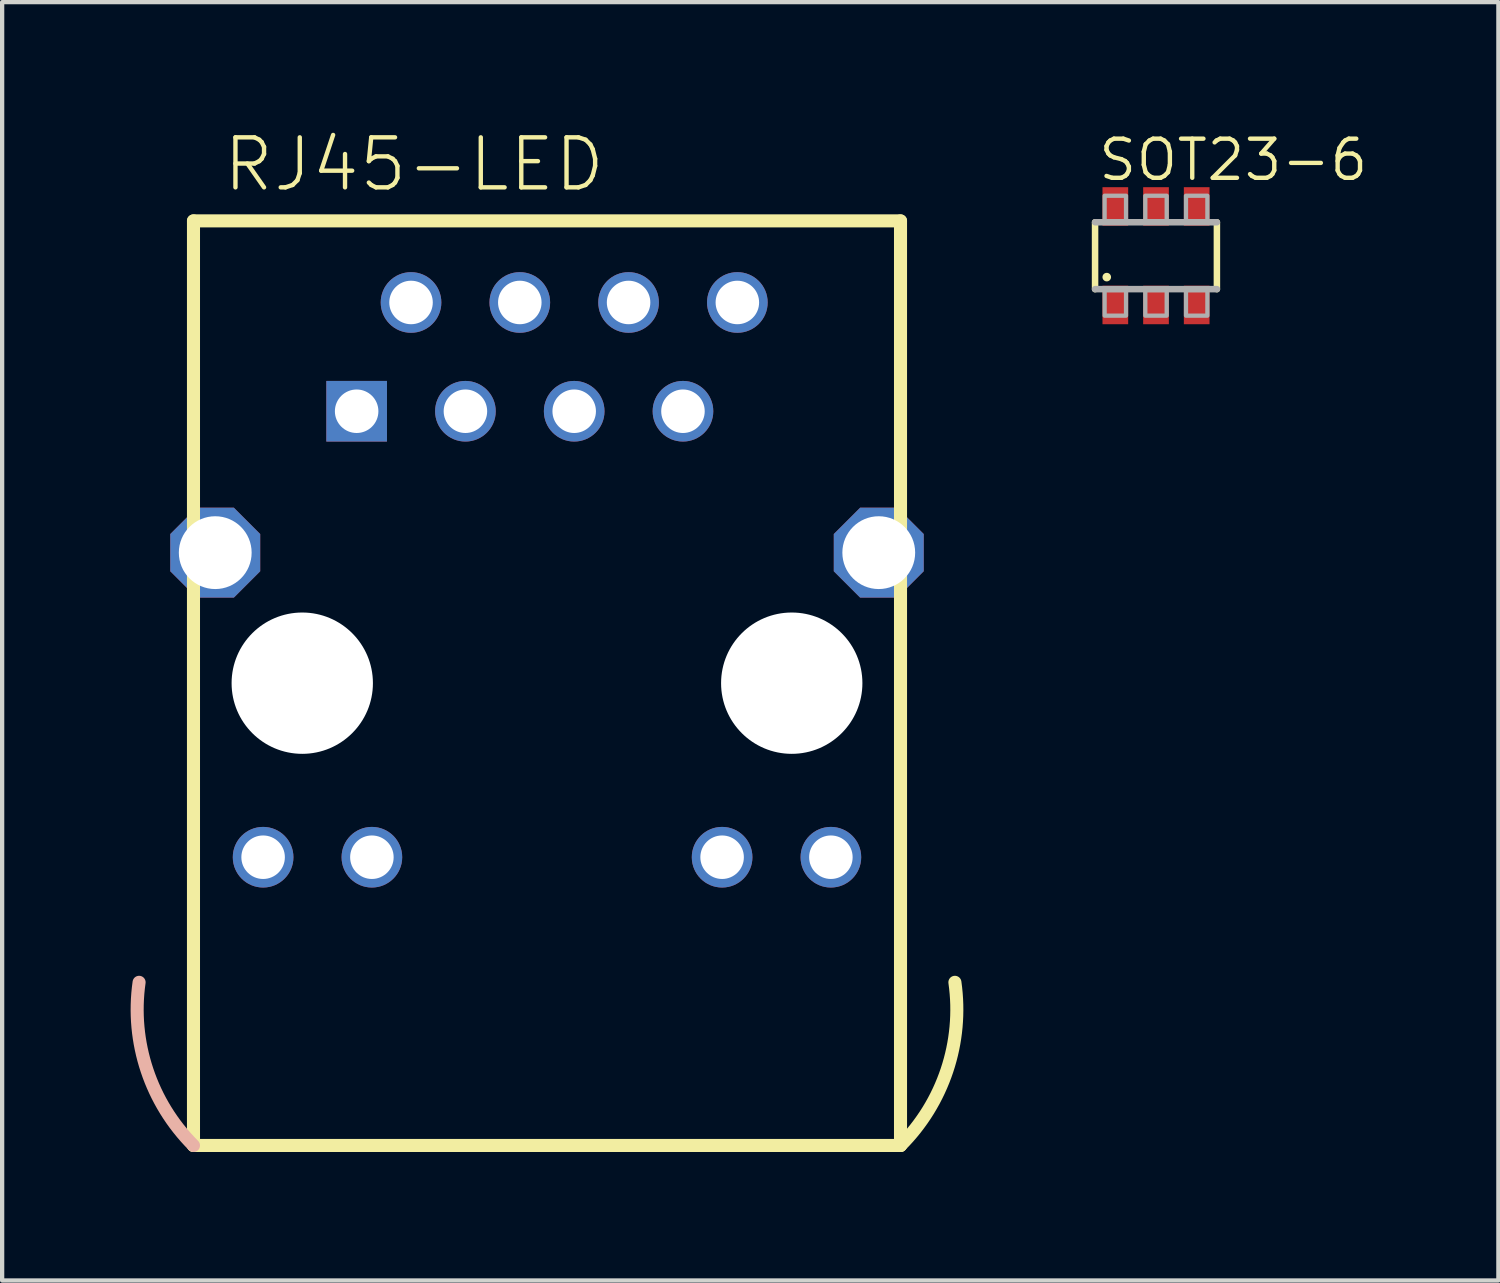
<source format=kicad_pcb>
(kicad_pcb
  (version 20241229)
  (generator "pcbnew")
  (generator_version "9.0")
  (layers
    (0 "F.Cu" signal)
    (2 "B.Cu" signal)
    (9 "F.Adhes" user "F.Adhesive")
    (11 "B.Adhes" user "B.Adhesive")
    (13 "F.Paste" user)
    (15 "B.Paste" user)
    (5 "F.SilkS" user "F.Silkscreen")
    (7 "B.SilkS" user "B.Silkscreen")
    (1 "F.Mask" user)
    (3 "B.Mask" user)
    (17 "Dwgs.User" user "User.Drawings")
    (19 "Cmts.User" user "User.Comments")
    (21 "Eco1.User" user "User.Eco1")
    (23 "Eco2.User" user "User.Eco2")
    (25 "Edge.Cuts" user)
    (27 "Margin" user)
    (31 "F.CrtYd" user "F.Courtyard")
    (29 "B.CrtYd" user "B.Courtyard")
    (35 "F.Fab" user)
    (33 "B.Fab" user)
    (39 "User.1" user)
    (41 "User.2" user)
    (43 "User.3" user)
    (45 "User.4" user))
  (footprint "RJ45-LED"
    (layer "F.Cu")
    (at 9.723 12.903)
    (property "Reference" "RJ45-LED" (at -7.62 -11.43 0) (unlocked yes) (layer "F.SilkS") (effects (font (size 1.168 1.168) (thickness 0.102)) (justify left bottom)))
    (fp_line (start -8.255 -10.795) (end 8.255 -10.795) (stroke (width 0.305) (type solid)) (layer "F.SilkS"))
    (fp_line (start -8.255 10.795) (end -8.255 -10.795) (stroke (width 0.305) (type solid)) (layer "F.SilkS"))
    (fp_line (start 8.255 -10.795) (end 8.255 10.795) (stroke (width 0.305) (type solid)) (layer "F.SilkS"))
    (fp_line (start 8.255 10.795) (end -8.255 10.795) (stroke (width 0.305) (type solid)) (layer "F.SilkS"))
    (fp_arc (start 9.525 6.984999) (mid 9.339709 9.039903) (end 8.255 10.795) (stroke (width 0.3048) (type solid)) (layer "F.SilkS"))
    (fp_arc (start -8.255 10.795) (mid -9.33971 9.039903) (end -9.525 6.984999) (stroke (width 0.3048) (type solid)) (layer "B.SilkS"))
    (pad "" np_thru_hole circle (at -5.715 0) (size 3.3 3.3) (drill 3.3) (layers "*.Cu" "*.Mask"))
    (pad "" np_thru_hole circle (at 5.715 0) (size 3.3 3.3) (drill 3.3) (layers "*.Cu" "*.Mask"))
    (pad "1" thru_hole rect (at -4.445 -6.35 90) (size 1.416 1.416) (drill 1.016) (layers "*.Cu" "*.Mask"))
    (pad "2" thru_hole circle (at -3.175 -8.89 90) (size 1.416 1.416) (drill 1.016) (layers "*.Cu" "*.Mask"))
    (pad "3" thru_hole circle (at -1.905 -6.35 90) (size 1.416 1.416) (drill 1.016) (layers "*.Cu" "*.Mask"))
    (pad "4" thru_hole circle (at -0.635 -8.89 90) (size 1.416 1.416) (drill 1.016) (layers "*.Cu" "*.Mask"))
    (pad "5" thru_hole circle (at 0.635 -6.35 90) (size 1.416 1.416) (drill 1.016) (layers "*.Cu" "*.Mask"))
    (pad "6" thru_hole circle (at 1.905 -8.89 90) (size 1.416 1.416) (drill 1.016) (layers "*.Cu" "*.Mask"))
    (pad "7" thru_hole circle (at 3.175 -6.35 90) (size 1.416 1.416) (drill 1.016) (layers "*.Cu" "*.Mask"))
    (pad "8" thru_hole circle (at 4.445 -8.89 90) (size 1.416 1.416) (drill 1.016) (layers "*.Cu" "*.Mask"))
    (pad "9" thru_hole roundrect (at -7.747 -3.048 90) (size 2.1 2.1) (drill 1.7) (layers "*.Cu" "*.Mask") (roundrect_rratio 0.25) (chamfer_ratio 0.293) (chamfer top_left top_right bottom_left bottom_right))
    (pad "10" thru_hole roundrect (at 7.747 -3.048 90) (size 2.1 2.1) (drill 1.7) (layers "*.Cu" "*.Mask") (roundrect_rratio 0.25) (chamfer_ratio 0.293) (chamfer top_left top_right bottom_left bottom_right))
    (pad "11" thru_hole circle (at -6.629 4.064) (size 1.416 1.416) (drill 1.016) (layers "*.Cu" "*.Mask"))
    (pad "12" thru_hole circle (at -4.089 4.064) (size 1.416 1.416) (drill 1.016) (layers "*.Cu" "*.Mask"))
    (pad "13" thru_hole circle (at 4.089 4.064) (size 1.416 1.416) (drill 1.016) (layers "*.Cu" "*.Mask"))
    (pad "14" thru_hole circle (at 6.629 4.064) (size 1.416 1.416) (drill 1.016) (layers "*.Cu" "*.Mask")))
  (footprint "SOT23-6"
    (layer "F.Cu")
    (at 23.944 2.921)
    (property "Reference" "SOT23-6" (at -1.397 -1.702 0) (unlocked yes) (layer "F.SilkS") (effects (font (size 0.914 0.914) (thickness 0.102)) (justify left bottom)))
    (fp_line (start -1.423 0.781) (end -1.423 -0.781) (stroke (width 0.152) (type solid)) (layer "F.SilkS"))
    (fp_line (start 1.422 -0.781) (end 1.422 0.781) (stroke (width 0.152) (type solid)) (layer "F.SilkS"))
    (fp_circle (center -1.15 0.5) (end -1.1 0.5) (stroke (width 0.1) (type solid)) (fill yes) (layer "F.SilkS"))
    (fp_line (start -1.423 -0.781) (end 1.422 -0.781) (stroke (width 0.152) (type solid)) (layer "F.Fab"))
    (fp_line (start 1.422 0.781) (end -1.423 0.781) (stroke (width 0.152) (type solid)) (layer "F.Fab"))
    (fp_poly (pts (xy -1.2 -0.8) (xy -0.7 -0.8) (xy -0.7 -1.4) (xy -1.2 -1.4)) (stroke (width 0.1) (type default)) (fill no) (layer "F.Fab"))
    (fp_poly (pts (xy -1.2 1.4) (xy -0.7 1.4) (xy -0.7 0.8) (xy -1.2 0.8)) (stroke (width 0.1) (type default)) (fill no) (layer "F.Fab"))
    (fp_poly (pts (xy -0.25 -0.8) (xy 0.25 -0.8) (xy 0.25 -1.4) (xy -0.25 -1.4)) (stroke (width 0.1) (type default)) (fill no) (layer "F.Fab"))
    (fp_poly (pts (xy -0.25 1.4) (xy 0.25 1.4) (xy 0.25 0.8) (xy -0.25 0.8)) (stroke (width 0.1) (type default)) (fill no) (layer "F.Fab"))
    (fp_poly (pts (xy 0.7 -0.8) (xy 1.2 -0.8) (xy 1.2 -1.4) (xy 0.7 -1.4)) (stroke (width 0.1) (type default)) (fill no) (layer "F.Fab"))
    (fp_poly (pts (xy 0.7 1.4) (xy 1.2 1.4) (xy 1.2 0.8) (xy 0.7 0.8)) (stroke (width 0.1) (type default)) (fill no) (layer "F.Fab"))
    (pad "1" smd rect (at -0.95 1.15) (size 0.6 0.9) (layers "F.Cu" "F.Mask" "F.Paste"))
    (pad "2" smd rect (at 0 1.15) (size 0.6 0.9) (layers "F.Cu" "F.Mask" "F.Paste"))
    (pad "3" smd rect (at 0.95 1.15) (size 0.6 0.9) (layers "F.Cu" "F.Mask" "F.Paste"))
    (pad "4" smd rect (at 0.95 -1.15) (size 0.6 0.9) (layers "F.Cu" "F.Mask" "F.Paste"))
    (pad "5" smd rect (at 0 -1.15) (size 0.6 0.9) (layers "F.Cu" "F.Mask" "F.Paste"))
    (pad "6" smd rect (at -0.95 -1.15) (size 0.6 0.9) (layers "F.Cu" "F.Mask" "F.Paste")))
  (gr_rect
    (start -3 -3)
    (end 31.939 26.851)
    (stroke (width 0.1) (type default))
    (fill no)
    (layer "Edge.Cuts")))
</source>
